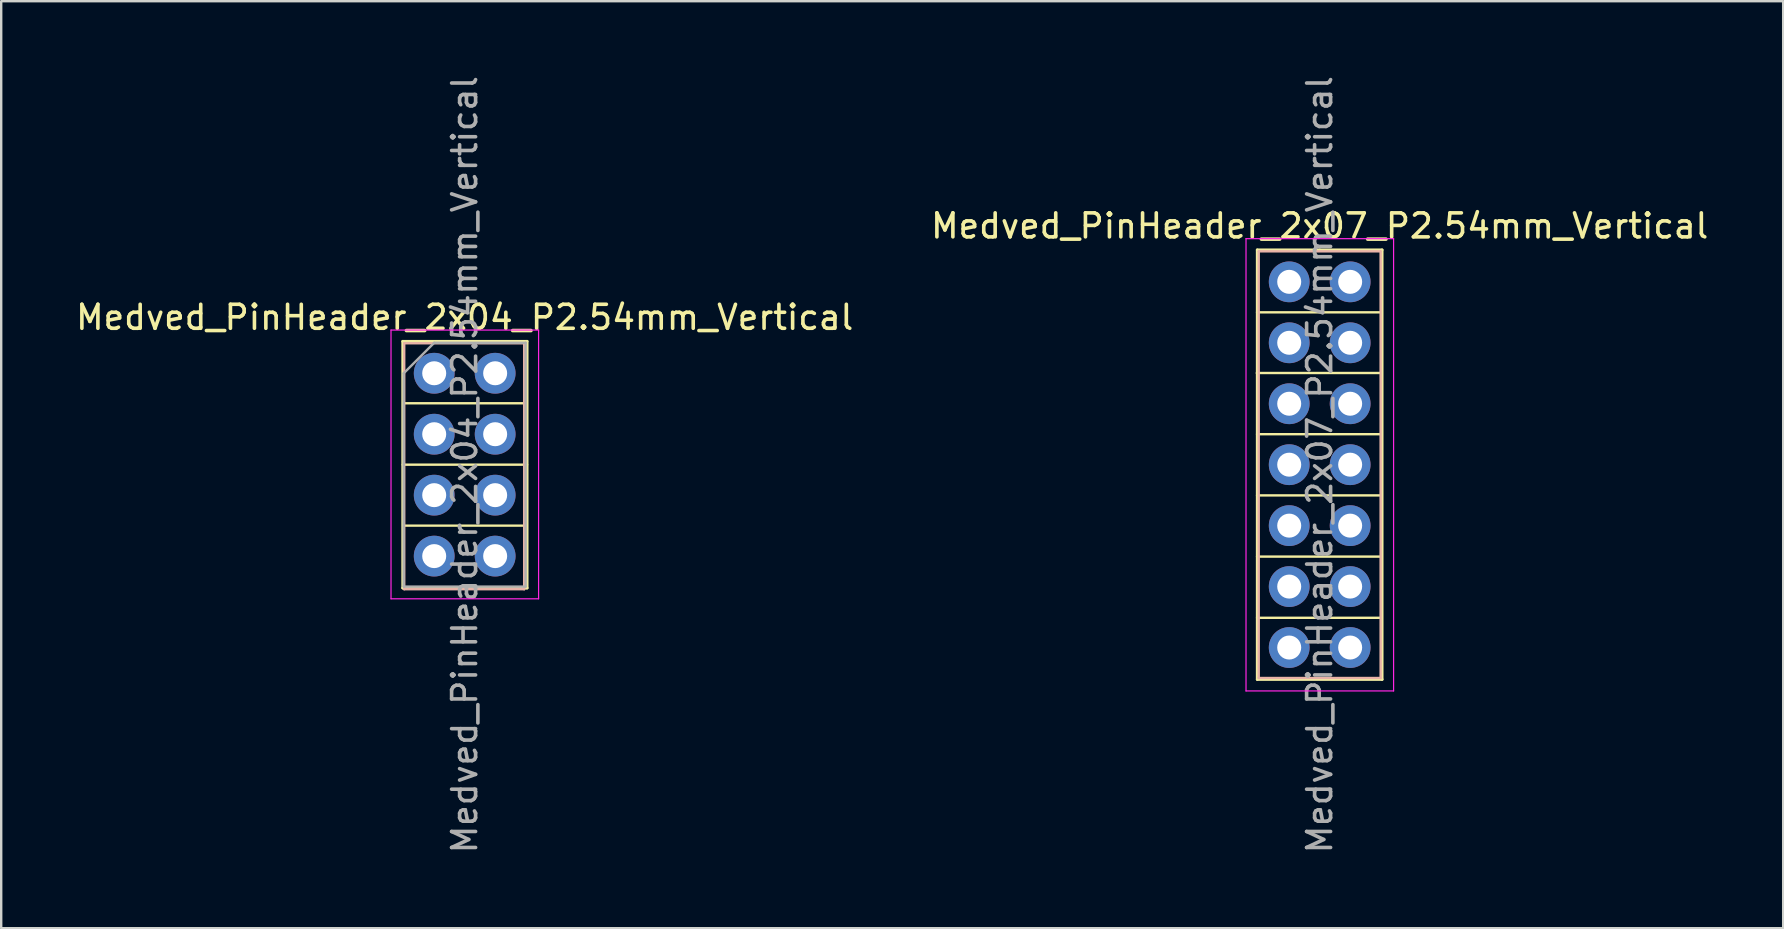
<source format=kicad_pcb>
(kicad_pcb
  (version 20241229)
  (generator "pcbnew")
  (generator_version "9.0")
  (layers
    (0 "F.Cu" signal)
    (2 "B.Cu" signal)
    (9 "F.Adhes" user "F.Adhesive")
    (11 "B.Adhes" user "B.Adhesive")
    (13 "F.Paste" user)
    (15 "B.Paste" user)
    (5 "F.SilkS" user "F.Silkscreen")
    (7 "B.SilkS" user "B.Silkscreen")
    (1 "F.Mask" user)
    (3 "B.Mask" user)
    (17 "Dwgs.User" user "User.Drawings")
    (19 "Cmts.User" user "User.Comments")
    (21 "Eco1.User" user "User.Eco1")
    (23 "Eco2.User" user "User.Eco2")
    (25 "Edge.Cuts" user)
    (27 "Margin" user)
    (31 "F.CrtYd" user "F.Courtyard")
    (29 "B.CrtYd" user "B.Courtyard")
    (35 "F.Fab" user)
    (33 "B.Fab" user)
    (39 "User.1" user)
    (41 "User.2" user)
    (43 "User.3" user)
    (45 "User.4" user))
  (footprint "Medved_PinHeader_2x07_P2.54mm_Vertical"
    (layer "F.Cu")
    (at 50.676 8.695)
    (property "Reference" "Medved_PinHeader_2x07_P2.54mm_Vertical" (at 1.27 -2.33 0) (layer "F.SilkS") (effects (font (size 1 1) (thickness 0.15))))
    (attr through_hole)
    (fp_line (start -1.35 3.8) (end 3.83 3.8) (stroke (width 0.1) (type default)) (layer "F.SilkS"))
    (fp_line (start -1.34 6.35) (end 3.84 6.35) (stroke (width 0.1) (type default)) (layer "F.SilkS"))
    (fp_line (start -1.34 8.9) (end 3.84 8.9) (stroke (width 0.1) (type default)) (layer "F.SilkS"))
    (fp_line (start -1.34 11.45) (end 3.84 11.45) (stroke (width 0.1) (type default)) (layer "F.SilkS"))
    (fp_line (start -1.34 14) (end 3.84 14) (stroke (width 0.1) (type default)) (layer "F.SilkS"))
    (fp_line (start -1.33 -1.33) (end 1.27 -1.33) (stroke (width 0.12) (type solid)) (layer "F.SilkS"))
    (fp_line (start -1.33 1.27) (end -1.33 -1.33) (stroke (width 0.12) (type solid)) (layer "F.SilkS"))
    (fp_line (start -1.33 1.27) (end -1.33 16.57) (stroke (width 0.12) (type solid)) (layer "F.SilkS"))
    (fp_line (start -1.33 1.27) (end 3.85 1.27) (stroke (width 0.1) (type default)) (layer "F.SilkS"))
    (fp_line (start -1.33 16.57) (end 3.87 16.57) (stroke (width 0.12) (type solid)) (layer "F.SilkS"))
    (fp_line (start 1.27 -1.33) (end 3.87 -1.33) (stroke (width 0.12) (type solid)) (layer "F.SilkS"))
    (fp_line (start 3.85 1.25) (end 3.85 1.25) (stroke (width 0.1) (type default)) (layer "F.SilkS"))
    (fp_line (start 3.87 -1.33) (end 3.87 16.57) (stroke (width 0.12) (type solid)) (layer "F.SilkS"))
    (fp_line (start -1.27 -1.27) (end 3.81 -1.27) (stroke (width 0.1) (type solid)) (layer "B.SilkS"))
    (fp_line (start -1.27 16.51) (end -1.27 -1.27) (stroke (width 0.1) (type solid)) (layer "B.SilkS"))
    (fp_line (start 3.81 -1.27) (end 3.81 16.51) (stroke (width 0.1) (type solid)) (layer "B.SilkS"))
    (fp_line (start 3.81 16.51) (end -1.27 16.51) (stroke (width 0.1) (type solid)) (layer "B.SilkS"))
    (fp_line (start -1.8 -1.8) (end -1.8 17.05) (stroke (width 0.05) (type solid)) (layer "F.CrtYd"))
    (fp_line (start -1.8 17.05) (end 4.35 17.05) (stroke (width 0.05) (type solid)) (layer "F.CrtYd"))
    (fp_line (start 4.35 -1.8) (end -1.8 -1.8) (stroke (width 0.05) (type solid)) (layer "F.CrtYd"))
    (fp_line (start 4.35 17.05) (end 4.35 -1.8) (stroke (width 0.05) (type solid)) (layer "F.CrtYd"))
    (fp_text user "${REFERENCE}" (at 1.27 7.62 90) (layer "F.Fab") (effects (font (size 1 1) (thickness 0.15))))
    (pad "1" thru_hole circle (at 0 0) (size 1.7 1.7) (drill 1) (layers "*.Cu" "*.Mask"))
    (pad "2" thru_hole oval (at 2.54 0) (size 1.7 1.7) (drill 1) (layers "*.Cu" "*.Mask"))
    (pad "3" thru_hole oval (at 0 2.54) (size 1.7 1.7) (drill 1) (layers "*.Cu" "*.Mask"))
    (pad "4" thru_hole oval (at 2.54 2.54) (size 1.7 1.7) (drill 1) (layers "*.Cu" "*.Mask"))
    (pad "5" thru_hole oval (at 0 5.08) (size 1.7 1.7) (drill 1) (layers "*.Cu" "*.Mask"))
    (pad "6" thru_hole oval (at 2.54 5.08) (size 1.7 1.7) (drill 1) (layers "*.Cu" "*.Mask"))
    (pad "7" thru_hole oval (at 0 7.62) (size 1.7 1.7) (drill 1) (layers "*.Cu" "*.Mask"))
    (pad "8" thru_hole oval (at 2.54 7.62) (size 1.7 1.7) (drill 1) (layers "*.Cu" "*.Mask"))
    (pad "9" thru_hole oval (at 0 10.16) (size 1.7 1.7) (drill 1) (layers "*.Cu" "*.Mask"))
    (pad "10" thru_hole oval (at 2.54 10.16) (size 1.7 1.7) (drill 1) (layers "*.Cu" "*.Mask"))
    (pad "11" thru_hole oval (at 0 12.7) (size 1.7 1.7) (drill 1) (layers "*.Cu" "*.Mask"))
    (pad "12" thru_hole oval (at 2.54 12.7) (size 1.7 1.7) (drill 1) (layers "*.Cu" "*.Mask"))
    (pad "13" thru_hole oval (at 0 15.24) (size 1.7 1.7) (drill 1) (layers "*.Cu" "*.Mask"))
    (pad "14" thru_hole oval (at 2.54 15.24) (size 1.7 1.7) (drill 1) (layers "*.Cu" "*.Mask")))
  (footprint "Medved_PinHeader_2x04_P2.54mm_Vertical"
    (layer "F.Cu")
    (at 15.045 12.505)
    (property "Reference" "Medved_PinHeader_2x04_P2.54mm_Vertical" (at 1.27 -2.33 0) (layer "F.SilkS") (effects (font (size 1 1) (thickness 0.15))))
    (attr through_hole)
    (fp_line (start -1.31 3.81) (end 3.87 3.81) (stroke (width 0.1) (type default)) (layer "F.SilkS"))
    (fp_line (start -1.31 8.95) (end -1.31 -1.33) (stroke (width 0.12) (type solid)) (layer "F.SilkS"))
    (fp_line (start -1.31 8.95) (end 3.87 8.95) (stroke (width 0.12) (type solid)) (layer "F.SilkS"))
    (fp_line (start -1.25 1.25) (end 3.85 1.25) (stroke (width 0.1) (type default)) (layer "F.SilkS"))
    (fp_line (start -1.25 6.35) (end 3.85 6.35) (stroke (width 0.1) (type default)) (layer "F.SilkS"))
    (fp_line (start 3.87 -1.33) (end -1.31 -1.33) (stroke (width 0.12) (type solid)) (layer "F.SilkS"))
    (fp_line (start 3.87 -1.33) (end 3.87 8.95) (stroke (width 0.12) (type solid)) (layer "F.SilkS"))
    (fp_line (start -1.25 -1.25) (end -1.25 9) (stroke (width 0.1) (type default)) (layer "B.SilkS"))
    (fp_line (start -1.25 9) (end 3.75 9) (stroke (width 0.1) (type default)) (layer "B.SilkS"))
    (fp_line (start 3.75 -1.25) (end -1.25 -1.25) (stroke (width 0.1) (type default)) (layer "B.SilkS"))
    (fp_line (start 3.75 9) (end 3.75 -1.25) (stroke (width 0.1) (type default)) (layer "B.SilkS"))
    (fp_line (start -1.8 -1.8) (end -1.8 9.4) (stroke (width 0.05) (type solid)) (layer "F.CrtYd"))
    (fp_line (start -1.8 9.4) (end 4.35 9.4) (stroke (width 0.05) (type solid)) (layer "F.CrtYd"))
    (fp_line (start 4.35 -1.8) (end -1.8 -1.8) (stroke (width 0.05) (type solid)) (layer "F.CrtYd"))
    (fp_line (start 4.35 9.4) (end 4.35 -1.8) (stroke (width 0.05) (type solid)) (layer "F.CrtYd"))
    (fp_line (start -1.27 0) (end 0 -1.27) (stroke (width 0.1) (type solid)) (layer "F.Fab"))
    (fp_line (start -1.27 8.89) (end -1.27 0) (stroke (width 0.1) (type solid)) (layer "F.Fab"))
    (fp_line (start 0 -1.27) (end 3.81 -1.27) (stroke (width 0.1) (type solid)) (layer "F.Fab"))
    (fp_line (start 3.81 -1.27) (end 3.81 8.89) (stroke (width 0.1) (type solid)) (layer "F.Fab"))
    (fp_line (start 3.81 8.89) (end -1.27 8.89) (stroke (width 0.1) (type solid)) (layer "F.Fab"))
    (fp_text user "${REFERENCE}" (at 1.27 3.81 90) (layer "F.Fab") (effects (font (size 1 1) (thickness 0.15))))
    (pad "1" thru_hole circle (at 0 0) (size 1.7 1.7) (drill 1) (layers "*.Cu" "*.Mask"))
    (pad "2" thru_hole oval (at 2.54 0) (size 1.7 1.7) (drill 1) (layers "*.Cu" "*.Mask"))
    (pad "3" thru_hole oval (at 0 2.54) (size 1.7 1.7) (drill 1) (layers "*.Cu" "*.Mask"))
    (pad "4" thru_hole oval (at 2.54 2.54) (size 1.7 1.7) (drill 1) (layers "*.Cu" "*.Mask"))
    (pad "5" thru_hole oval (at 0 5.08) (size 1.7 1.7) (drill 1) (layers "*.Cu" "*.Mask"))
    (pad "6" thru_hole oval (at 2.54 5.08) (size 1.7 1.7) (drill 1) (layers "*.Cu" "*.Mask"))
    (pad "7" thru_hole oval (at 0 7.62) (size 1.7 1.7) (drill 1) (layers "*.Cu" "*.Mask"))
    (pad "8" thru_hole oval (at 2.54 7.62) (size 1.7 1.7) (drill 1) (layers "*.Cu" "*.Mask")))
  (gr_rect
    (start -3 -3)
    (end 71.262 35.631)
    (stroke (width 0.1) (type default))
    (fill no)
    (layer "Edge.Cuts")))
</source>
